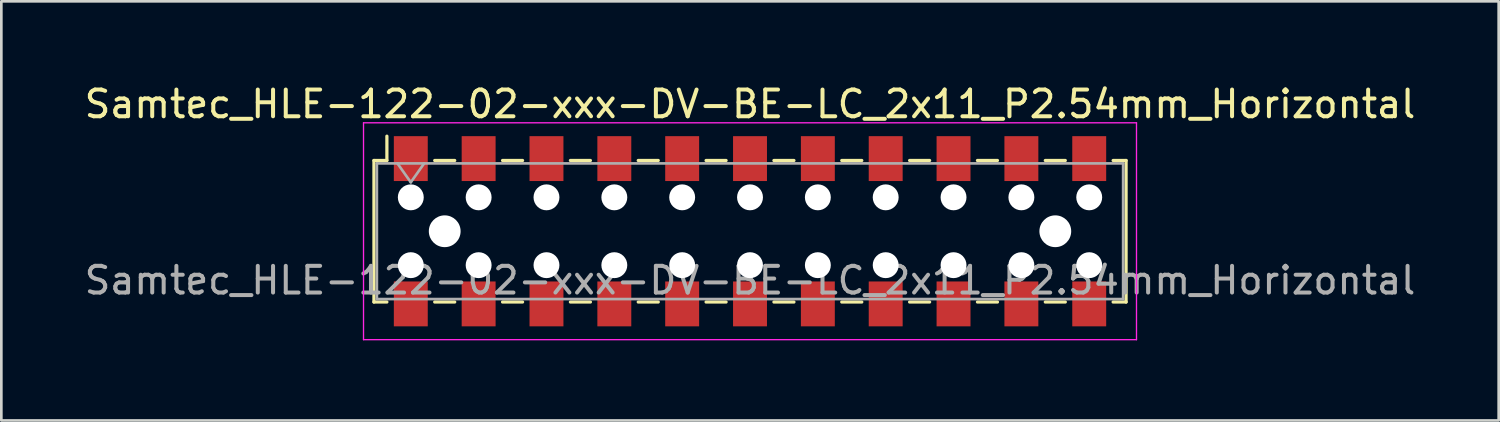
<source format=kicad_pcb>
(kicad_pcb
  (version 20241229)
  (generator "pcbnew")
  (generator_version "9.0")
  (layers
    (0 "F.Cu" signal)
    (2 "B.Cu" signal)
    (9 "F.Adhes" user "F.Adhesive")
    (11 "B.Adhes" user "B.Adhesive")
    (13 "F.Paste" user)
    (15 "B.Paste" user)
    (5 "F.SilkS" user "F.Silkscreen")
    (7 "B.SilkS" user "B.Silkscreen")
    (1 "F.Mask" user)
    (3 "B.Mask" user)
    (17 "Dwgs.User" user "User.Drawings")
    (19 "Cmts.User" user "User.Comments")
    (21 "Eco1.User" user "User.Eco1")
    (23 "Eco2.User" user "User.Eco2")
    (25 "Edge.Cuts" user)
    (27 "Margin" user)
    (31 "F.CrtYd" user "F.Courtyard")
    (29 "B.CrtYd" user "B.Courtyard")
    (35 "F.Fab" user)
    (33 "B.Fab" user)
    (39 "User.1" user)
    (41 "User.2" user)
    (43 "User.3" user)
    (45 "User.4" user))
  (footprint "Samtec_HLE-122-02-xxx-DV-BE-LC_2x11_P2.54mm_Horizontal"
    (layer "F.Cu")
    (at 25.03 5.608)
    (property "Reference" "Samtec_HLE-122-02-xxx-DV-BE-LC_2x11_P2.54mm_Horizontal" (at 0 -4.76 0) (layer "F.SilkS") (effects (font (size 1 1) (thickness 0.15))))
    (attr smd)
    (fp_line (start -14.08 -2.65) (end -14.08 2.65) (stroke (width 0.12) (type solid)) (layer "F.SilkS"))
    (fp_line (start -14.08 2.65) (end -13.595 2.65) (stroke (width 0.12) (type solid)) (layer "F.SilkS"))
    (fp_line (start -13.595 -3.56) (end -13.595 -2.65) (stroke (width 0.12) (type solid)) (layer "F.SilkS"))
    (fp_line (start -13.595 -2.65) (end -14.08 -2.65) (stroke (width 0.12) (type solid)) (layer "F.SilkS"))
    (fp_line (start -11.805 -2.65) (end -11.055 -2.65) (stroke (width 0.12) (type solid)) (layer "F.SilkS"))
    (fp_line (start -11.805 2.65) (end -11.055 2.65) (stroke (width 0.12) (type solid)) (layer "F.SilkS"))
    (fp_line (start -9.265 -2.65) (end -8.515 -2.65) (stroke (width 0.12) (type solid)) (layer "F.SilkS"))
    (fp_line (start -9.265 2.65) (end -8.515 2.65) (stroke (width 0.12) (type solid)) (layer "F.SilkS"))
    (fp_line (start -6.725 -2.65) (end -5.975 -2.65) (stroke (width 0.12) (type solid)) (layer "F.SilkS"))
    (fp_line (start -6.725 2.65) (end -5.975 2.65) (stroke (width 0.12) (type solid)) (layer "F.SilkS"))
    (fp_line (start -4.185 -2.65) (end -3.435 -2.65) (stroke (width 0.12) (type solid)) (layer "F.SilkS"))
    (fp_line (start -4.185 2.65) (end -3.435 2.65) (stroke (width 0.12) (type solid)) (layer "F.SilkS"))
    (fp_line (start -1.645 -2.65) (end -0.895 -2.65) (stroke (width 0.12) (type solid)) (layer "F.SilkS"))
    (fp_line (start -1.645 2.65) (end -0.895 2.65) (stroke (width 0.12) (type solid)) (layer "F.SilkS"))
    (fp_line (start 0.895 -2.65) (end 1.645 -2.65) (stroke (width 0.12) (type solid)) (layer "F.SilkS"))
    (fp_line (start 0.895 2.65) (end 1.645 2.65) (stroke (width 0.12) (type solid)) (layer "F.SilkS"))
    (fp_line (start 3.435 -2.65) (end 4.185 -2.65) (stroke (width 0.12) (type solid)) (layer "F.SilkS"))
    (fp_line (start 3.435 2.65) (end 4.185 2.65) (stroke (width 0.12) (type solid)) (layer "F.SilkS"))
    (fp_line (start 5.975 -2.65) (end 6.725 -2.65) (stroke (width 0.12) (type solid)) (layer "F.SilkS"))
    (fp_line (start 5.975 2.65) (end 6.725 2.65) (stroke (width 0.12) (type solid)) (layer "F.SilkS"))
    (fp_line (start 8.515 -2.65) (end 9.265 -2.65) (stroke (width 0.12) (type solid)) (layer "F.SilkS"))
    (fp_line (start 8.515 2.65) (end 9.265 2.65) (stroke (width 0.12) (type solid)) (layer "F.SilkS"))
    (fp_line (start 11.055 -2.65) (end 11.805 -2.65) (stroke (width 0.12) (type solid)) (layer "F.SilkS"))
    (fp_line (start 11.055 2.65) (end 11.805 2.65) (stroke (width 0.12) (type solid)) (layer "F.SilkS"))
    (fp_line (start 13.595 -2.65) (end 14.08 -2.65) (stroke (width 0.12) (type solid)) (layer "F.SilkS"))
    (fp_line (start 14.08 -2.65) (end 14.08 2.65) (stroke (width 0.12) (type solid)) (layer "F.SilkS"))
    (fp_line (start 14.08 2.65) (end 13.595 2.65) (stroke (width 0.12) (type solid)) (layer "F.SilkS"))
    (fp_line (start -14.47 -4.06) (end 14.47 -4.06) (stroke (width 0.05) (type solid)) (layer "F.CrtYd"))
    (fp_line (start -14.47 4.06) (end -14.47 -4.06) (stroke (width 0.05) (type solid)) (layer "F.CrtYd"))
    (fp_line (start 14.47 -4.06) (end 14.47 4.06) (stroke (width 0.05) (type solid)) (layer "F.CrtYd"))
    (fp_line (start 14.47 4.06) (end -14.47 4.06) (stroke (width 0.05) (type solid)) (layer "F.CrtYd"))
    (fp_line (start -13.97 -2.54) (end 13.97 -2.54) (stroke (width 0.1) (type solid)) (layer "F.Fab"))
    (fp_line (start -13.97 2.54) (end -13.97 -2.54) (stroke (width 0.1) (type solid)) (layer "F.Fab"))
    (fp_line (start -13.2 -2.54) (end -12.7 -1.833) (stroke (width 0.1) (type solid)) (layer "F.Fab"))
    (fp_line (start -12.7 -1.833) (end -12.2 -2.54) (stroke (width 0.1) (type solid)) (layer "F.Fab"))
    (fp_line (start 13.97 -2.54) (end 13.97 2.54) (stroke (width 0.1) (type solid)) (layer "F.Fab"))
    (fp_line (start 13.97 2.54) (end -13.97 2.54) (stroke (width 0.1) (type solid)) (layer "F.Fab"))
    (fp_text user "${REFERENCE}" (at 0 1.84 0) (layer "F.Fab") (effects (font (size 1 1) (thickness 0.15))))
    (pad "" np_thru_hole circle (at -12.7 -1.27) (size 0.97 0.97) (drill 0.97) (layers "*.Cu" "*.Mask"))
    (pad "" np_thru_hole circle (at -12.7 1.27) (size 0.97 0.97) (drill 0.97) (layers "*.Cu" "*.Mask"))
    (pad "" np_thru_hole circle (at -11.43 0) (size 1.19 1.19) (drill 1.19) (layers "*.Cu" "*.Mask"))
    (pad "" np_thru_hole circle (at -10.16 -1.27) (size 0.97 0.97) (drill 0.97) (layers "*.Cu" "*.Mask"))
    (pad "" np_thru_hole circle (at -10.16 1.27) (size 0.97 0.97) (drill 0.97) (layers "*.Cu" "*.Mask"))
    (pad "" np_thru_hole circle (at -7.62 -1.27) (size 0.97 0.97) (drill 0.97) (layers "*.Cu" "*.Mask"))
    (pad "" np_thru_hole circle (at -7.62 1.27) (size 0.97 0.97) (drill 0.97) (layers "*.Cu" "*.Mask"))
    (pad "" np_thru_hole circle (at -5.08 -1.27) (size 0.97 0.97) (drill 0.97) (layers "*.Cu" "*.Mask"))
    (pad "" np_thru_hole circle (at -5.08 1.27) (size 0.97 0.97) (drill 0.97) (layers "*.Cu" "*.Mask"))
    (pad "" np_thru_hole circle (at -2.54 -1.27) (size 0.97 0.97) (drill 0.97) (layers "*.Cu" "*.Mask"))
    (pad "" np_thru_hole circle (at -2.54 1.27) (size 0.97 0.97) (drill 0.97) (layers "*.Cu" "*.Mask"))
    (pad "" np_thru_hole circle (at 0 -1.27) (size 0.97 0.97) (drill 0.97) (layers "*.Cu" "*.Mask"))
    (pad "" np_thru_hole circle (at 0 1.27) (size 0.97 0.97) (drill 0.97) (layers "*.Cu" "*.Mask"))
    (pad "" np_thru_hole circle (at 2.54 -1.27) (size 0.97 0.97) (drill 0.97) (layers "*.Cu" "*.Mask"))
    (pad "" np_thru_hole circle (at 2.54 1.27) (size 0.97 0.97) (drill 0.97) (layers "*.Cu" "*.Mask"))
    (pad "" np_thru_hole circle (at 5.08 -1.27) (size 0.97 0.97) (drill 0.97) (layers "*.Cu" "*.Mask"))
    (pad "" np_thru_hole circle (at 5.08 1.27) (size 0.97 0.97) (drill 0.97) (layers "*.Cu" "*.Mask"))
    (pad "" np_thru_hole circle (at 7.62 -1.27) (size 0.97 0.97) (drill 0.97) (layers "*.Cu" "*.Mask"))
    (pad "" np_thru_hole circle (at 7.62 1.27) (size 0.97 0.97) (drill 0.97) (layers "*.Cu" "*.Mask"))
    (pad "" np_thru_hole circle (at 10.16 -1.27) (size 0.97 0.97) (drill 0.97) (layers "*.Cu" "*.Mask"))
    (pad "" np_thru_hole circle (at 10.16 1.27) (size 0.97 0.97) (drill 0.97) (layers "*.Cu" "*.Mask"))
    (pad "" np_thru_hole circle (at 11.43 0) (size 1.19 1.19) (drill 1.19) (layers "*.Cu" "*.Mask"))
    (pad "" np_thru_hole circle (at 12.7 -1.27) (size 0.97 0.97) (drill 0.97) (layers "*.Cu" "*.Mask"))
    (pad "" np_thru_hole circle (at 12.7 1.27) (size 0.97 0.97) (drill 0.97) (layers "*.Cu" "*.Mask"))
    (pad "1" smd rect (at -12.7 -2.72) (size 1.27 1.68) (layers "F.Cu" "F.Mask" "F.Paste"))
    (pad "2" smd rect (at -12.7 2.72) (size 1.27 1.68) (layers "F.Cu" "F.Mask" "F.Paste"))
    (pad "3" smd rect (at -10.16 -2.72) (size 1.27 1.68) (layers "F.Cu" "F.Mask" "F.Paste"))
    (pad "4" smd rect (at -10.16 2.72) (size 1.27 1.68) (layers "F.Cu" "F.Mask" "F.Paste"))
    (pad "5" smd rect (at -7.62 -2.72) (size 1.27 1.68) (layers "F.Cu" "F.Mask" "F.Paste"))
    (pad "6" smd rect (at -7.62 2.72) (size 1.27 1.68) (layers "F.Cu" "F.Mask" "F.Paste"))
    (pad "7" smd rect (at -5.08 -2.72) (size 1.27 1.68) (layers "F.Cu" "F.Mask" "F.Paste"))
    (pad "8" smd rect (at -5.08 2.72) (size 1.27 1.68) (layers "F.Cu" "F.Mask" "F.Paste"))
    (pad "9" smd rect (at -2.54 -2.72) (size 1.27 1.68) (layers "F.Cu" "F.Mask" "F.Paste"))
    (pad "10" smd rect (at -2.54 2.72) (size 1.27 1.68) (layers "F.Cu" "F.Mask" "F.Paste"))
    (pad "11" smd rect (at 0 -2.72) (size 1.27 1.68) (layers "F.Cu" "F.Mask" "F.Paste"))
    (pad "12" smd rect (at 0 2.72) (size 1.27 1.68) (layers "F.Cu" "F.Mask" "F.Paste"))
    (pad "13" smd rect (at 2.54 -2.72) (size 1.27 1.68) (layers "F.Cu" "F.Mask" "F.Paste"))
    (pad "14" smd rect (at 2.54 2.72) (size 1.27 1.68) (layers "F.Cu" "F.Mask" "F.Paste"))
    (pad "15" smd rect (at 5.08 -2.72) (size 1.27 1.68) (layers "F.Cu" "F.Mask" "F.Paste"))
    (pad "16" smd rect (at 5.08 2.72) (size 1.27 1.68) (layers "F.Cu" "F.Mask" "F.Paste"))
    (pad "17" smd rect (at 7.62 -2.72) (size 1.27 1.68) (layers "F.Cu" "F.Mask" "F.Paste"))
    (pad "18" smd rect (at 7.62 2.72) (size 1.27 1.68) (layers "F.Cu" "F.Mask" "F.Paste"))
    (pad "19" smd rect (at 10.16 -2.72) (size 1.27 1.68) (layers "F.Cu" "F.Mask" "F.Paste"))
    (pad "20" smd rect (at 10.16 2.72) (size 1.27 1.68) (layers "F.Cu" "F.Mask" "F.Paste"))
    (pad "21" smd rect (at 12.7 -2.72) (size 1.27 1.68) (layers "F.Cu" "F.Mask" "F.Paste"))
    (pad "22" smd rect (at 12.7 2.72) (size 1.27 1.68) (layers "F.Cu" "F.Mask" "F.Paste")))
  (gr_rect
    (start -3 -3)
    (end 53.06 12.693)
    (stroke (width 0.1) (type default))
    (fill no)
    (layer "Edge.Cuts")))
</source>
